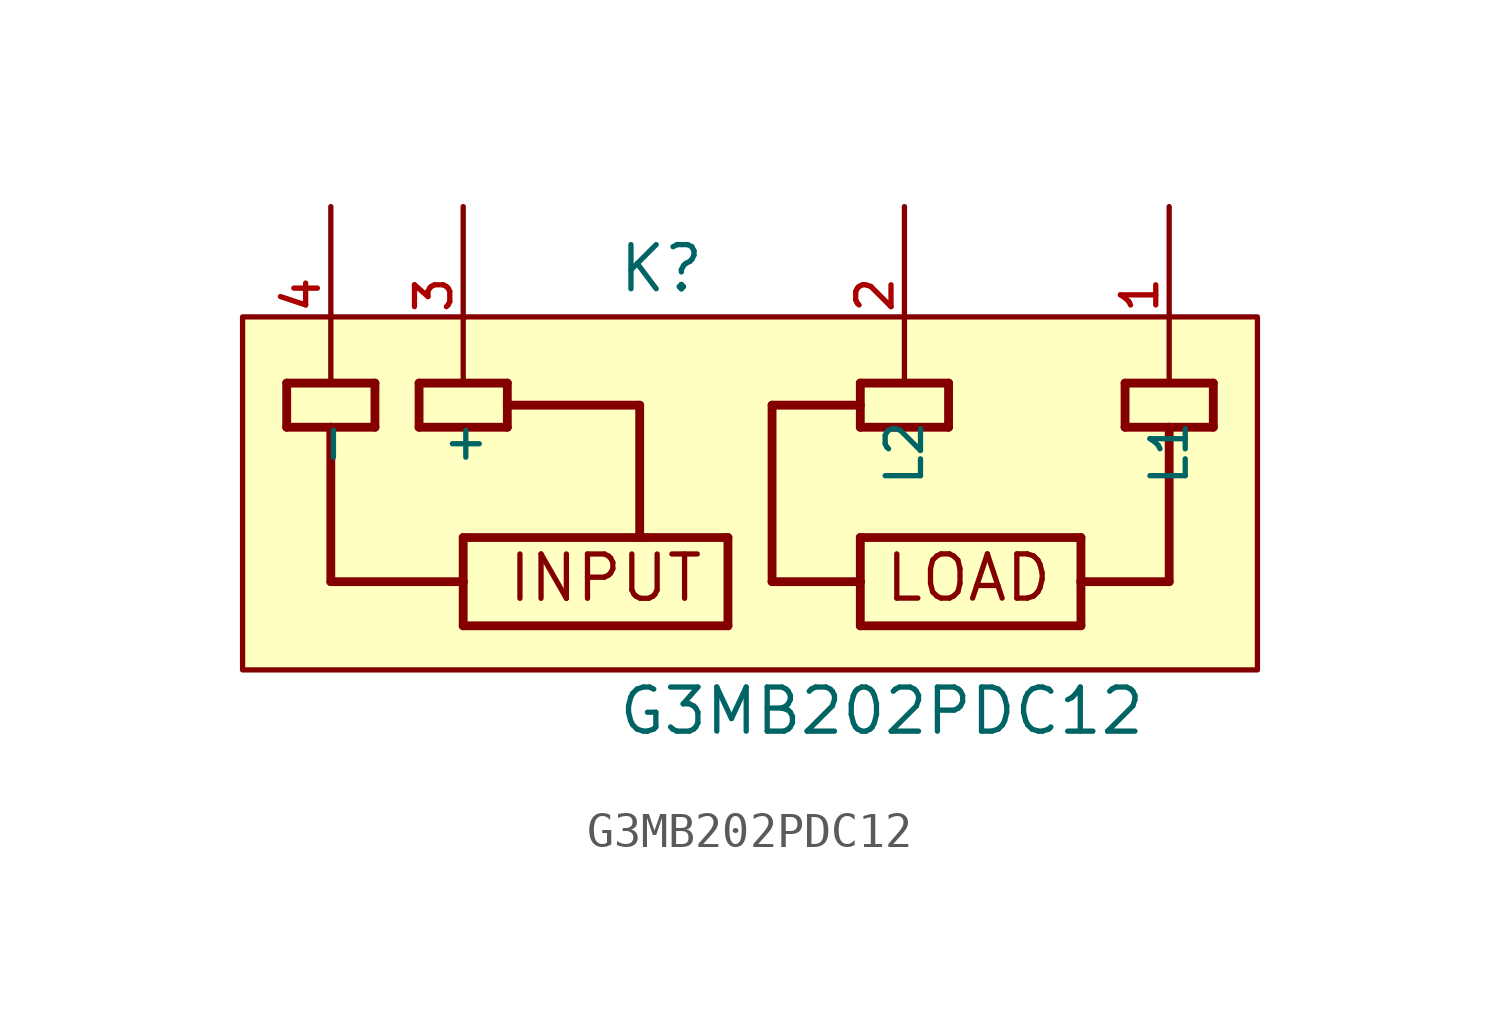
<source format=kicad_sym>
(kicad_symbol_lib
  (version 20211014)
  (generator kicad_symbol_editor)
  (symbol "G3MB202PDC12"
    (pin_names
      (offset 1.016))
    (property "Reference" "K"
      (at -4.464 5.728 0)
      (effects (font (size 1.27 1.27)) (justify bottom left)))
    (property "Value" "G3MB202PDC12"
      (at -4.473 -7.006 0)
      (effects (font (size 1.27 1.27)) (justify bottom left)))
    (symbol "G3MB202PDC12_0_0"
      (polyline (pts (xy -1.27 -1.27) (xy -1.27 -3.81)) (stroke (width 0.254)))
      (polyline (pts (xy -1.27 -3.81) (xy -8.89 -3.81)) (stroke (width 0.254)))
      (polyline (pts (xy -8.89 -3.81) (xy -8.89 -2.54)) (stroke (width 0.254)))
      (polyline (pts (xy -8.89 -2.54) (xy -8.89 -1.27)) (stroke (width 0.254)))
      (polyline (pts (xy -8.89 -1.27) (xy -3.81 -1.27)) (stroke (width 0.254)))
      (polyline (pts (xy -3.81 -1.27) (xy -1.27 -1.27)) (stroke (width 0.254)))
      (polyline (pts (xy 2.54 -1.27) (xy 2.54 -2.54)) (stroke (width 0.254)))
      (polyline (pts (xy 2.54 -2.54) (xy 2.54 -3.81)) (stroke (width 0.254)))
      (polyline (pts (xy 2.54 -3.81) (xy 8.89 -3.81)) (stroke (width 0.254)))
      (polyline (pts (xy 8.89 -3.81) (xy 8.89 -2.54)) (stroke (width 0.254)))
      (polyline (pts (xy 8.89 -2.54) (xy 8.89 -1.27)) (stroke (width 0.254)))
      (polyline (pts (xy 8.89 -1.27) (xy 2.54 -1.27)) (stroke (width 0.254)))
      (text "INPUT" (at -7.661 -3.183 0) (effects (font (size 1.276 1.276)) (justify bottom left)))
      (text "LOAD" (at 3.187 -3.177 0) (effects (font (size 1.273 1.273)) (justify bottom left)))
      (polyline (pts (xy -3.81 -1.27) (xy -3.81 2.54)) (stroke (width 0.254)))
      (polyline (pts (xy -3.81 2.54) (xy -7.62 2.54)) (stroke (width 0.254)))
      (polyline (pts (xy -8.89 -2.54) (xy -12.7 -2.54)) (stroke (width 0.254)))
      (polyline (pts (xy 2.54 -2.54) (xy 0.0 -2.54)) (stroke (width 0.254)))
      (polyline (pts (xy 0.0 -2.54) (xy 0.0 2.54)) (stroke (width 0.254)))
      (polyline (pts (xy 0.0 2.54) (xy 2.54 2.54)) (stroke (width 0.254)))
      (polyline (pts (xy 8.89 -2.54) (xy 11.43 -2.54)) (stroke (width 0.254)))
      (polyline (pts (xy -7.62 3.175) (xy -7.62 1.905)) (stroke (width 0.254)))
      (polyline (pts (xy -7.62 1.905) (xy -10.16 1.905)) (stroke (width 0.254)))
      (polyline (pts (xy -10.16 1.905) (xy -10.16 3.175)) (stroke (width 0.254)))
      (polyline (pts (xy -10.16 3.175) (xy -7.62 3.175)) (stroke (width 0.254)))
      (polyline (pts (xy -11.43 1.905) (xy -12.7 1.905)) (stroke (width 0.254)))
      (polyline (pts (xy -12.7 1.905) (xy -13.97 1.905)) (stroke (width 0.254)))
      (polyline (pts (xy -13.97 1.905) (xy -13.97 3.175)) (stroke (width 0.254)))
      (polyline (pts (xy -13.97 3.175) (xy -11.43 3.175)) (stroke (width 0.254)))
      (polyline (pts (xy -11.43 3.175) (xy -11.43 1.905)) (stroke (width 0.254)))
      (polyline (pts (xy -12.7 1.905) (xy -12.7 -2.54)) (stroke (width 0.254)))
      (polyline (pts (xy 2.54 3.175) (xy 2.54 1.905)) (stroke (width 0.254)))
      (polyline (pts (xy 2.54 1.905) (xy 5.08 1.905)) (stroke (width 0.254)))
      (polyline (pts (xy 5.08 1.905) (xy 5.08 3.175)) (stroke (width 0.254)))
      (polyline (pts (xy 5.08 3.175) (xy 2.54 3.175)) (stroke (width 0.254)))
      (polyline (pts (xy 10.16 1.905) (xy 11.43 1.905)) (stroke (width 0.254)))
      (polyline (pts (xy 11.43 1.905) (xy 12.7 1.905)) (stroke (width 0.254)))
      (polyline (pts (xy 12.7 1.905) (xy 12.7 3.175)) (stroke (width 0.254)))
      (polyline (pts (xy 12.7 3.175) (xy 10.16 3.175)) (stroke (width 0.254)))
      (polyline (pts (xy 10.16 3.175) (xy 10.16 1.905)) (stroke (width 0.254)))
      (polyline (pts (xy 11.43 1.905) (xy 11.43 -2.54)) (stroke (width 0.254)))
      (rectangle (start -15.24 -5.08) (end 13.97 5.08) (stroke (width 0.152)) (fill (type background)))
      (pin power_in line (at 11.43 8.255 270.0) (length 5.08) (name "L1" (effects (font (size 1.016 1.016)))) (number "1" (effects (font (size 1.016 1.016)))))
      (pin power_in line (at 3.81 8.255 270.0) (length 5.08) (name "L2" (effects (font (size 1.016 1.016)))) (number "2" (effects (font (size 1.016 1.016)))))
      (pin power_in line (at -8.89 8.255 270.0) (length 5.08) (name "+" (effects (font (size 1.016 1.016)))) (number "3" (effects (font (size 1.016 1.016)))))
      (pin power_in line (at -12.7 8.255 270.0) (length 5.08) (name "-" (effects (font (size 1.016 1.016)))) (number "4" (effects (font (size 1.016 1.016))))))))
</source>
